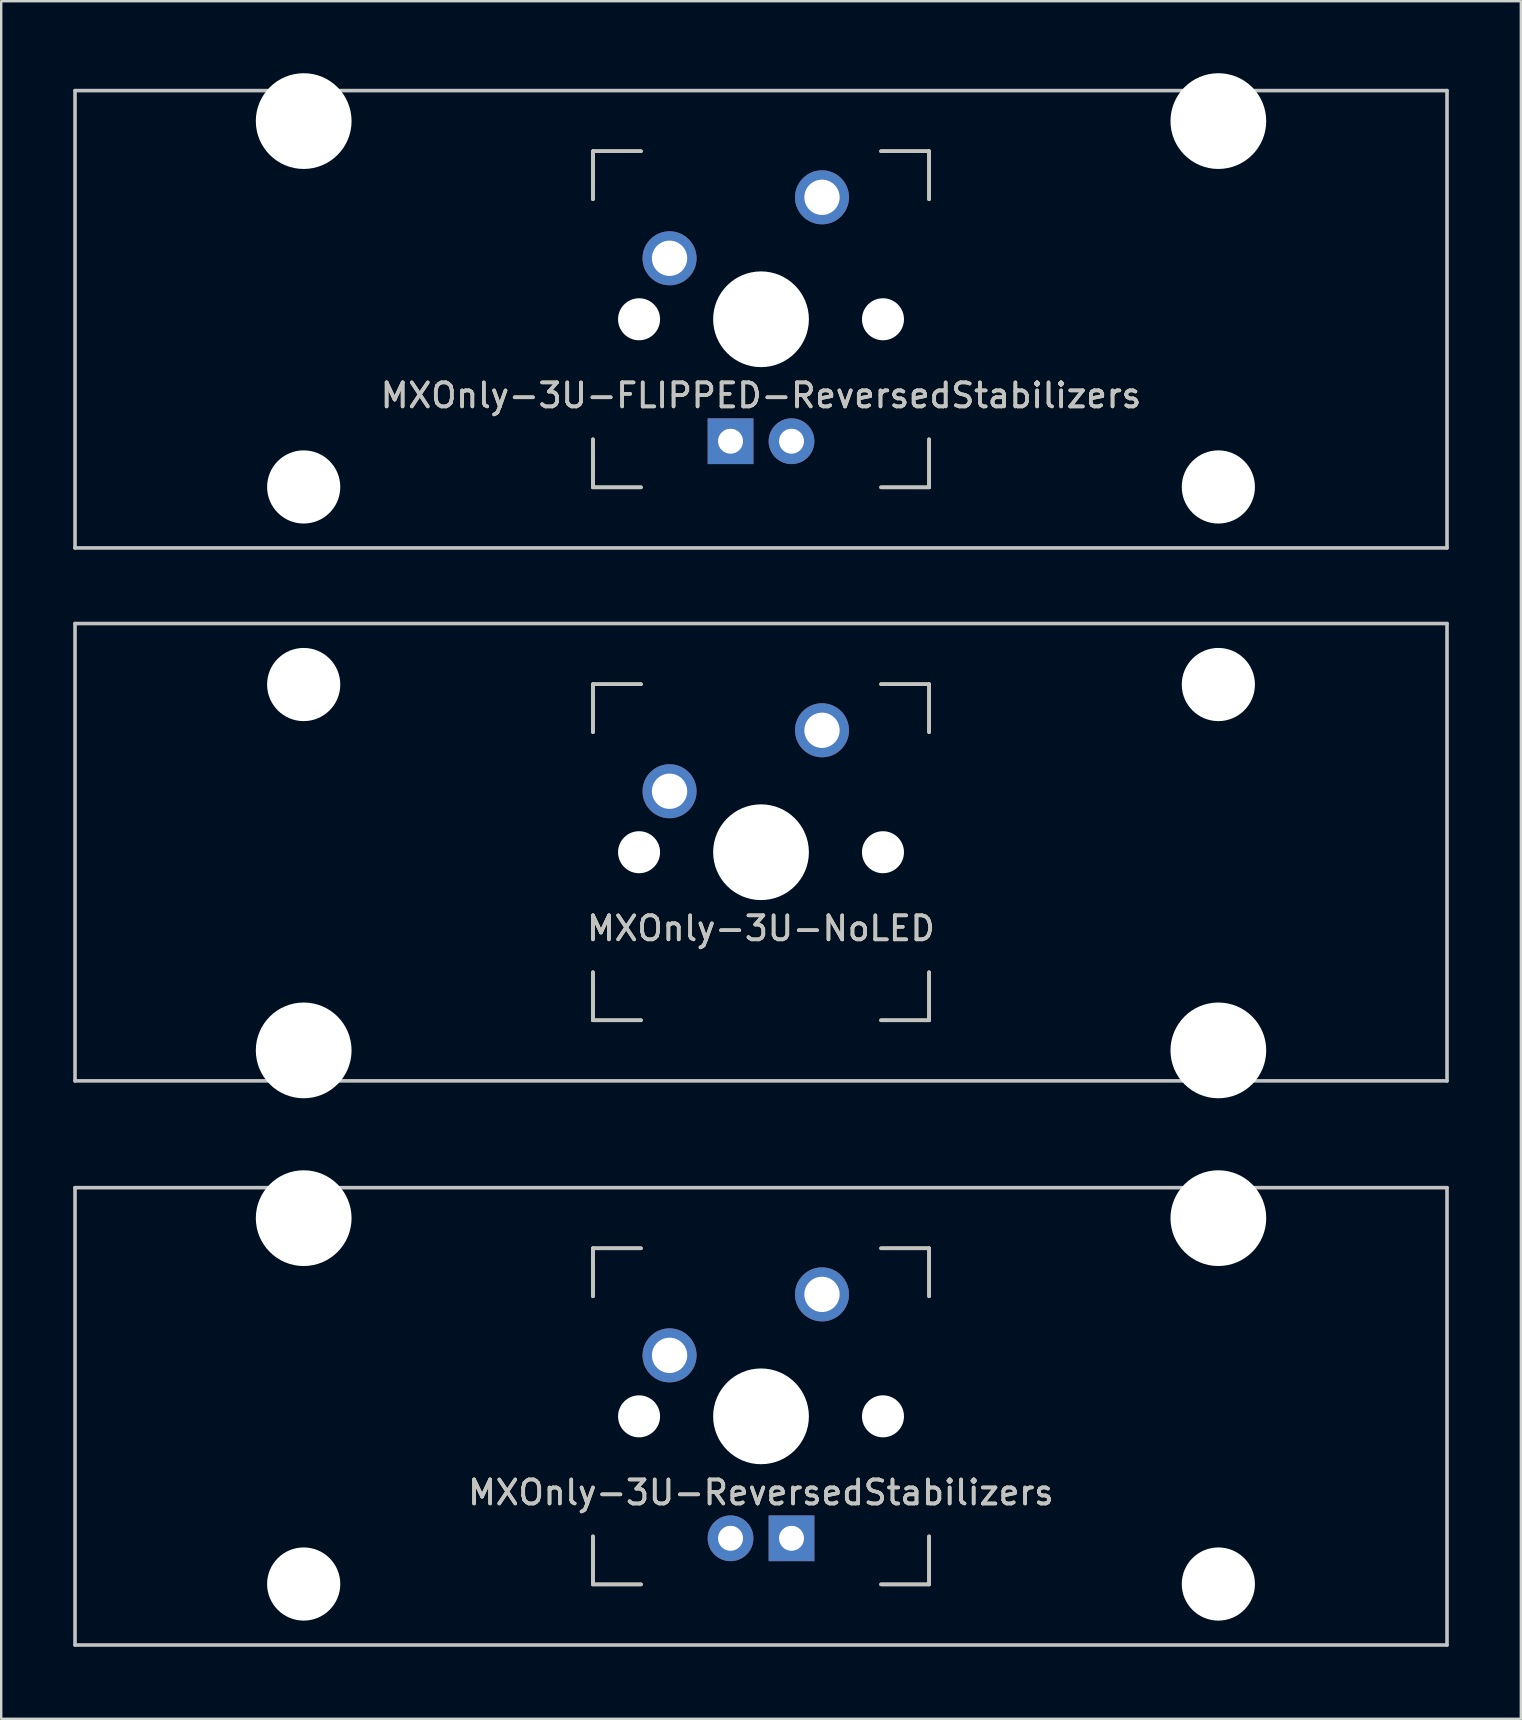
<source format=kicad_pcb>
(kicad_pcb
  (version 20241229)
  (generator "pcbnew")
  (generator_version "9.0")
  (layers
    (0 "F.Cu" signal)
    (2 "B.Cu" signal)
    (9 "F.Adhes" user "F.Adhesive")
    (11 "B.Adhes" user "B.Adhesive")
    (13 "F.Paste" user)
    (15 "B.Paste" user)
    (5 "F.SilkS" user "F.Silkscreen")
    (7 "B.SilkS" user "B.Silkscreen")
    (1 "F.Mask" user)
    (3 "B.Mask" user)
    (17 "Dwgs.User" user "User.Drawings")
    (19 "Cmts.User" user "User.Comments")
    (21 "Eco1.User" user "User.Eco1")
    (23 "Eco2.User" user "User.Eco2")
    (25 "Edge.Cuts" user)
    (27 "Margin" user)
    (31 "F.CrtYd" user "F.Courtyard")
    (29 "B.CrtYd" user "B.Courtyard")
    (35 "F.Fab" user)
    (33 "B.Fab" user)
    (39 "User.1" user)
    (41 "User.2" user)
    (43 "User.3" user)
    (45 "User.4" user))
  (footprint "MXOnly-3U-ReversedStabilizers"
    (layer "F.Cu")
    (at 28.65 55.947)
    (property "Reference" "MXOnly-3U-ReversedStabilizers" (at 0 3.175 0) (layer "Dwgs.User") (effects (font (size 1 1) (thickness 0.15))))
    (attr through_hole)
    (fp_line (start -7 -7) (end -7 -5) (stroke (width 0.15) (type solid)) (layer "F.SilkS"))
    (fp_line (start -7 5) (end -7 7) (stroke (width 0.15) (type solid)) (layer "F.SilkS"))
    (fp_line (start -7 7) (end -5 7) (stroke (width 0.15) (type solid)) (layer "F.SilkS"))
    (fp_line (start -5 -7) (end -7 -7) (stroke (width 0.15) (type solid)) (layer "F.SilkS"))
    (fp_line (start 5 -7) (end 7 -7) (stroke (width 0.15) (type solid)) (layer "F.SilkS"))
    (fp_line (start 5 7) (end 7 7) (stroke (width 0.15) (type solid)) (layer "F.SilkS"))
    (fp_line (start 7 -7) (end 7 -5) (stroke (width 0.15) (type solid)) (layer "F.SilkS"))
    (fp_line (start 7 7) (end 7 5) (stroke (width 0.15) (type solid)) (layer "F.SilkS"))
    (fp_line (start -28.575 -9.525) (end 28.575 -9.525) (stroke (width 0.15) (type solid)) (layer "Dwgs.User"))
    (fp_line (start -28.575 9.525) (end -28.575 -9.525) (stroke (width 0.15) (type solid)) (layer "Dwgs.User"))
    (fp_line (start -28.575 9.525) (end 28.575 9.525) (stroke (width 0.15) (type solid)) (layer "Dwgs.User"))
    (fp_line (start -7 -7) (end -7 -5) (stroke (width 0.15) (type solid)) (layer "Dwgs.User"))
    (fp_line (start -7 5) (end -7 7) (stroke (width 0.15) (type solid)) (layer "Dwgs.User"))
    (fp_line (start -7 7) (end -5 7) (stroke (width 0.15) (type solid)) (layer "Dwgs.User"))
    (fp_line (start -5 -7) (end -7 -7) (stroke (width 0.15) (type solid)) (layer "Dwgs.User"))
    (fp_line (start 5 -7) (end 7 -7) (stroke (width 0.15) (type solid)) (layer "Dwgs.User"))
    (fp_line (start 5 7) (end 7 7) (stroke (width 0.15) (type solid)) (layer "Dwgs.User"))
    (fp_line (start 7 -7) (end 7 -5) (stroke (width 0.15) (type solid)) (layer "Dwgs.User"))
    (fp_line (start 7 7) (end 7 5) (stroke (width 0.15) (type solid)) (layer "Dwgs.User"))
    (fp_line (start 28.575 -9.525) (end 28.575 9.525) (stroke (width 0.15) (type solid)) (layer "Dwgs.User"))
    (fp_text user "${REFERENCE}" (at 0 3.175 0) (layer "F.SilkS") (effects (font (size 1 1) (thickness 0.15))))
    (pad "" np_thru_hole circle (at -19.05 -8.255) (size 3.988 3.988) (drill 3.988) (layers "*.Cu" "*.Mask"))
    (pad "" np_thru_hole circle (at -19.05 6.985) (size 3.048 3.048) (drill 3.048) (layers "*.Cu" "*.Mask"))
    (pad "" np_thru_hole circle (at -5.08 0 48.1) (size 1.75 1.75) (drill 1.75) (layers "*.Cu" "*.Mask"))
    (pad "" np_thru_hole circle (at 0 0) (size 3.988 3.988) (drill 3.988) (layers "*.Cu" "*.Mask"))
    (pad "" np_thru_hole circle (at 5.08 0 48.1) (size 1.75 1.75) (drill 1.75) (layers "*.Cu" "*.Mask"))
    (pad "" np_thru_hole circle (at 19.05 -8.255) (size 3.988 3.988) (drill 3.988) (layers "*.Cu" "*.Mask"))
    (pad "" np_thru_hole circle (at 19.05 6.985) (size 3.048 3.048) (drill 3.048) (layers "*.Cu" "*.Mask"))
    (pad "1" thru_hole circle (at -3.81 -2.54 48.1) (size 2.25 2.25) (drill 1.47) (layers "*.Cu" "B.Mask"))
    (pad "2" thru_hole circle (at 2.54 -5.08) (size 2.25 2.25) (drill 1.47) (layers "*.Cu" "B.Mask"))
    (pad "3" thru_hole circle (at -1.27 5.08) (size 1.905 1.905) (drill 1.04) (layers "*.Cu" "B.Mask"))
    (pad "4" thru_hole rect (at 1.27 5.08) (size 1.905 1.905) (drill 1.04) (layers "*.Cu" "B.Mask")))
  (footprint "MXOnly-3U-NoLED"
    (layer "F.Cu")
    (at 28.65 32.449)
    (property "Reference" "MXOnly-3U-NoLED" (at 0 3.175 0) (layer "Dwgs.User") (effects (font (size 1 1) (thickness 0.15))))
    (attr through_hole)
    (fp_line (start -7 -7) (end -7 -5) (stroke (width 0.15) (type solid)) (layer "F.SilkS"))
    (fp_line (start -7 5) (end -7 7) (stroke (width 0.15) (type solid)) (layer "F.SilkS"))
    (fp_line (start -7 7) (end -5 7) (stroke (width 0.15) (type solid)) (layer "F.SilkS"))
    (fp_line (start -5 -7) (end -7 -7) (stroke (width 0.15) (type solid)) (layer "F.SilkS"))
    (fp_line (start 5 -7) (end 7 -7) (stroke (width 0.15) (type solid)) (layer "F.SilkS"))
    (fp_line (start 5 7) (end 7 7) (stroke (width 0.15) (type solid)) (layer "F.SilkS"))
    (fp_line (start 7 -7) (end 7 -5) (stroke (width 0.15) (type solid)) (layer "F.SilkS"))
    (fp_line (start 7 7) (end 7 5) (stroke (width 0.15) (type solid)) (layer "F.SilkS"))
    (fp_line (start -28.575 -9.525) (end 28.575 -9.525) (stroke (width 0.15) (type solid)) (layer "Dwgs.User"))
    (fp_line (start -28.575 9.525) (end -28.575 -9.525) (stroke (width 0.15) (type solid)) (layer "Dwgs.User"))
    (fp_line (start -28.575 9.525) (end 28.575 9.525) (stroke (width 0.15) (type solid)) (layer "Dwgs.User"))
    (fp_line (start -7 -7) (end -7 -5) (stroke (width 0.15) (type solid)) (layer "Dwgs.User"))
    (fp_line (start -7 5) (end -7 7) (stroke (width 0.15) (type solid)) (layer "Dwgs.User"))
    (fp_line (start -7 7) (end -5 7) (stroke (width 0.15) (type solid)) (layer "Dwgs.User"))
    (fp_line (start -5 -7) (end -7 -7) (stroke (width 0.15) (type solid)) (layer "Dwgs.User"))
    (fp_line (start 5 -7) (end 7 -7) (stroke (width 0.15) (type solid)) (layer "Dwgs.User"))
    (fp_line (start 5 7) (end 7 7) (stroke (width 0.15) (type solid)) (layer "Dwgs.User"))
    (fp_line (start 7 -7) (end 7 -5) (stroke (width 0.15) (type solid)) (layer "Dwgs.User"))
    (fp_line (start 7 7) (end 7 5) (stroke (width 0.15) (type solid)) (layer "Dwgs.User"))
    (fp_line (start 28.575 -9.525) (end 28.575 9.525) (stroke (width 0.15) (type solid)) (layer "Dwgs.User"))
    (fp_text user "${REFERENCE}" (at 0 3.175 0) (layer "F.SilkS") (effects (font (size 1 1) (thickness 0.15))))
    (pad "" np_thru_hole circle (at -19.05 -6.985) (size 3.048 3.048) (drill 3.048) (layers "*.Cu" "*.Mask"))
    (pad "" np_thru_hole circle (at -19.05 8.255) (size 3.988 3.988) (drill 3.988) (layers "*.Cu" "*.Mask"))
    (pad "" np_thru_hole circle (at -5.08 0 48.1) (size 1.75 1.75) (drill 1.75) (layers "*.Cu" "*.Mask"))
    (pad "" np_thru_hole circle (at 0 0) (size 3.988 3.988) (drill 3.988) (layers "*.Cu" "*.Mask"))
    (pad "" np_thru_hole circle (at 5.08 0 48.1) (size 1.75 1.75) (drill 1.75) (layers "*.Cu" "*.Mask"))
    (pad "" np_thru_hole circle (at 19.05 -6.985) (size 3.048 3.048) (drill 3.048) (layers "*.Cu" "*.Mask"))
    (pad "" np_thru_hole circle (at 19.05 8.255) (size 3.988 3.988) (drill 3.988) (layers "*.Cu" "*.Mask"))
    (pad "1" thru_hole circle (at -3.81 -2.54 48.1) (size 2.25 2.25) (drill 1.47) (layers "*.Cu" "B.Mask"))
    (pad "2" thru_hole circle (at 2.54 -5.08) (size 2.25 2.25) (drill 1.47) (layers "*.Cu" "B.Mask")))
  (footprint "MXOnly-3U-FLIPPED-ReversedStabilizers"
    (layer "F.Cu")
    (at 28.65 10.249)
    (property "Reference" "MXOnly-3U-FLIPPED-ReversedStabilizers" (at 0 3.175 0) (layer "Dwgs.User") (effects (font (size 1 1) (thickness 0.15))))
    (attr through_hole)
    (fp_line (start -7 -7) (end -7 -5) (stroke (width 0.15) (type solid)) (layer "F.SilkS"))
    (fp_line (start -7 5) (end -7 7) (stroke (width 0.15) (type solid)) (layer "F.SilkS"))
    (fp_line (start -7 7) (end -5 7) (stroke (width 0.15) (type solid)) (layer "F.SilkS"))
    (fp_line (start -5 -7) (end -7 -7) (stroke (width 0.15) (type solid)) (layer "F.SilkS"))
    (fp_line (start 5 -7) (end 7 -7) (stroke (width 0.15) (type solid)) (layer "F.SilkS"))
    (fp_line (start 5 7) (end 7 7) (stroke (width 0.15) (type solid)) (layer "F.SilkS"))
    (fp_line (start 7 -7) (end 7 -5) (stroke (width 0.15) (type solid)) (layer "F.SilkS"))
    (fp_line (start 7 7) (end 7 5) (stroke (width 0.15) (type solid)) (layer "F.SilkS"))
    (fp_line (start -28.575 -9.525) (end 28.575 -9.525) (stroke (width 0.15) (type solid)) (layer "Dwgs.User"))
    (fp_line (start -28.575 9.525) (end -28.575 -9.525) (stroke (width 0.15) (type solid)) (layer "Dwgs.User"))
    (fp_line (start -28.575 9.525) (end 28.575 9.525) (stroke (width 0.15) (type solid)) (layer "Dwgs.User"))
    (fp_line (start -7 -7) (end -7 -5) (stroke (width 0.15) (type solid)) (layer "Dwgs.User"))
    (fp_line (start -7 5) (end -7 7) (stroke (width 0.15) (type solid)) (layer "Dwgs.User"))
    (fp_line (start -7 7) (end -5 7) (stroke (width 0.15) (type solid)) (layer "Dwgs.User"))
    (fp_line (start -5 -7) (end -7 -7) (stroke (width 0.15) (type solid)) (layer "Dwgs.User"))
    (fp_line (start 5 -7) (end 7 -7) (stroke (width 0.15) (type solid)) (layer "Dwgs.User"))
    (fp_line (start 5 7) (end 7 7) (stroke (width 0.15) (type solid)) (layer "Dwgs.User"))
    (fp_line (start 7 -7) (end 7 -5) (stroke (width 0.15) (type solid)) (layer "Dwgs.User"))
    (fp_line (start 7 7) (end 7 5) (stroke (width 0.15) (type solid)) (layer "Dwgs.User"))
    (fp_line (start 28.575 -9.525) (end 28.575 9.525) (stroke (width 0.15) (type solid)) (layer "Dwgs.User"))
    (fp_text user "${REFERENCE}" (at 0 3.175 0) (layer "F.SilkS") (effects (font (size 1 1) (thickness 0.15))))
    (pad "" np_thru_hole circle (at -19.05 -8.255) (size 3.988 3.988) (drill 3.988) (layers "*.Cu" "*.Mask"))
    (pad "" np_thru_hole circle (at -19.05 6.985) (size 3.048 3.048) (drill 3.048) (layers "*.Cu" "*.Mask"))
    (pad "" np_thru_hole circle (at -5.08 0 48.1) (size 1.75 1.75) (drill 1.75) (layers "*.Cu" "*.Mask"))
    (pad "" np_thru_hole circle (at 0 0) (size 3.988 3.988) (drill 3.988) (layers "*.Cu" "*.Mask"))
    (pad "" np_thru_hole circle (at 5.08 0 48.1) (size 1.75 1.75) (drill 1.75) (layers "*.Cu" "*.Mask"))
    (pad "" np_thru_hole circle (at 19.05 -8.255) (size 3.988 3.988) (drill 3.988) (layers "*.Cu" "*.Mask"))
    (pad "" np_thru_hole circle (at 19.05 6.985) (size 3.048 3.048) (drill 3.048) (layers "*.Cu" "*.Mask"))
    (pad "1" thru_hole circle (at -3.81 -2.54 48.1) (size 2.25 2.25) (drill 1.47) (layers "*.Cu" "B.Mask"))
    (pad "2" thru_hole circle (at 2.54 -5.08) (size 2.25 2.25) (drill 1.47) (layers "*.Cu" "B.Mask"))
    (pad "3" thru_hole circle (at 1.27 5.08) (size 1.905 1.905) (drill 1.04) (layers "*.Cu" "B.Mask"))
    (pad "4" thru_hole rect (at -1.27 5.08) (size 1.905 1.905) (drill 1.04) (layers "*.Cu" "B.Mask")))
  (gr_rect
    (start -3 -3)
    (end 60.3 68.547)
    (stroke (width 0.1) (type default))
    (fill no)
    (layer "Edge.Cuts")))
</source>
